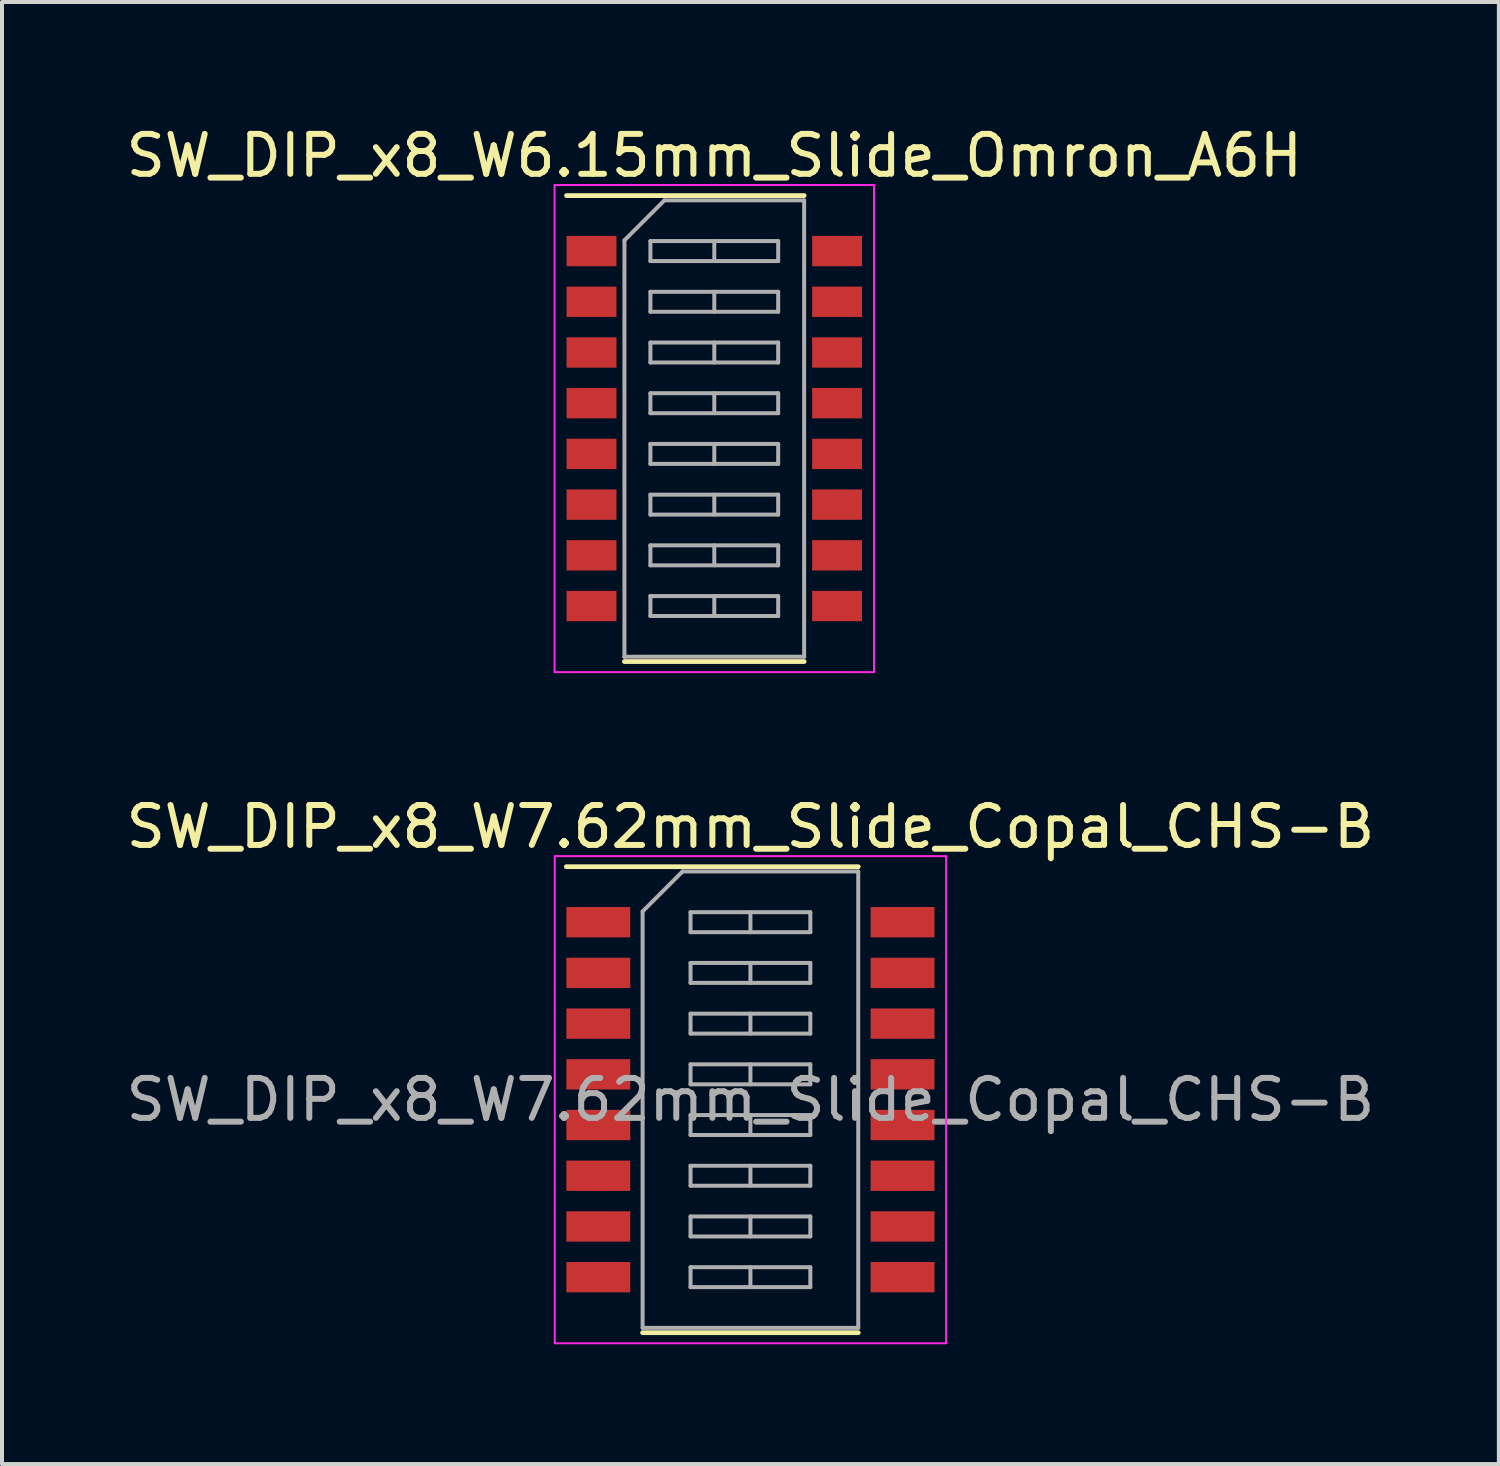
<source format=kicad_pcb>
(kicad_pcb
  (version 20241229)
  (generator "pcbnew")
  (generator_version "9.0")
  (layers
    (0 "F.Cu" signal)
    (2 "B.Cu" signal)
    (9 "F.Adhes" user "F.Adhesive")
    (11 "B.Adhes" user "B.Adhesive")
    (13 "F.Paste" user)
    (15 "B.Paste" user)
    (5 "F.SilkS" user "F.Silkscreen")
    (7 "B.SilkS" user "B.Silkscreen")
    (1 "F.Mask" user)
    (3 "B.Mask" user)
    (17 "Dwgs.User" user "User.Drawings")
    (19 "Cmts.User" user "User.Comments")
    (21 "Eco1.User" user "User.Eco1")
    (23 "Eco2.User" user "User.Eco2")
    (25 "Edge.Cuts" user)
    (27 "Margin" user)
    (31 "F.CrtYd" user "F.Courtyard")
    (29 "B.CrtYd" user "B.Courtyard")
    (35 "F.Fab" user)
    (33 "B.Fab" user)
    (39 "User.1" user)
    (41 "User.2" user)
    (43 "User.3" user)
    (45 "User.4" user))
  (footprint "SW_DIP_x8_W7.62mm_Slide_Copal_CHS-B"
    (layer "F.Cu")
    (at 15.744 24.491)
    (property "Reference" "SW_DIP_x8_W7.62mm_Slide_Copal_CHS-B" (at 0 -6.835 0) (layer "F.SilkS") (effects (font (size 1 1) (thickness 0.15))))
    (attr smd)
    (fp_line (start -4.61 -5.835) (end 2.7 -5.835) (stroke (width 0.12) (type solid)) (layer "F.SilkS"))
    (fp_line (start -2.7 5.835) (end 2.7 5.835) (stroke (width 0.12) (type solid)) (layer "F.SilkS"))
    (fp_line (start -4.9 -6.1) (end -4.9 6.1) (stroke (width 0.05) (type solid)) (layer "F.CrtYd"))
    (fp_line (start -4.9 6.1) (end 4.9 6.1) (stroke (width 0.05) (type solid)) (layer "F.CrtYd"))
    (fp_line (start 4.9 -6.1) (end -4.9 -6.1) (stroke (width 0.05) (type solid)) (layer "F.CrtYd"))
    (fp_line (start 4.9 6.1) (end 4.9 -6.1) (stroke (width 0.05) (type solid)) (layer "F.CrtYd"))
    (fp_line (start -2.7 -4.715) (end -1.7 -5.715) (stroke (width 0.1) (type solid)) (layer "F.Fab"))
    (fp_line (start -2.7 5.715) (end -2.7 -4.715) (stroke (width 0.1) (type solid)) (layer "F.Fab"))
    (fp_line (start -1.7 -5.715) (end 2.7 -5.715) (stroke (width 0.1) (type solid)) (layer "F.Fab"))
    (fp_line (start -1.5 -4.695) (end -1.5 -4.195) (stroke (width 0.1) (type solid)) (layer "F.Fab"))
    (fp_line (start -1.5 -4.195) (end 1.5 -4.195) (stroke (width 0.1) (type solid)) (layer "F.Fab"))
    (fp_line (start -1.5 -3.425) (end -1.5 -2.925) (stroke (width 0.1) (type solid)) (layer "F.Fab"))
    (fp_line (start -1.5 -2.925) (end 1.5 -2.925) (stroke (width 0.1) (type solid)) (layer "F.Fab"))
    (fp_line (start -1.5 -2.155) (end -1.5 -1.655) (stroke (width 0.1) (type solid)) (layer "F.Fab"))
    (fp_line (start -1.5 -1.655) (end 1.5 -1.655) (stroke (width 0.1) (type solid)) (layer "F.Fab"))
    (fp_line (start -1.5 -0.885) (end -1.5 -0.385) (stroke (width 0.1) (type solid)) (layer "F.Fab"))
    (fp_line (start -1.5 -0.385) (end 1.5 -0.385) (stroke (width 0.1) (type solid)) (layer "F.Fab"))
    (fp_line (start -1.5 0.385) (end -1.5 0.885) (stroke (width 0.1) (type solid)) (layer "F.Fab"))
    (fp_line (start -1.5 0.885) (end 1.5 0.885) (stroke (width 0.1) (type solid)) (layer "F.Fab"))
    (fp_line (start -1.5 1.655) (end -1.5 2.155) (stroke (width 0.1) (type solid)) (layer "F.Fab"))
    (fp_line (start -1.5 2.155) (end 1.5 2.155) (stroke (width 0.1) (type solid)) (layer "F.Fab"))
    (fp_line (start -1.5 2.925) (end -1.5 3.425) (stroke (width 0.1) (type solid)) (layer "F.Fab"))
    (fp_line (start -1.5 3.425) (end 1.5 3.425) (stroke (width 0.1) (type solid)) (layer "F.Fab"))
    (fp_line (start -1.5 4.195) (end -1.5 4.695) (stroke (width 0.1) (type solid)) (layer "F.Fab"))
    (fp_line (start -1.5 4.695) (end 1.5 4.695) (stroke (width 0.1) (type solid)) (layer "F.Fab"))
    (fp_line (start 0 -4.695) (end 0 -4.195) (stroke (width 0.1) (type solid)) (layer "F.Fab"))
    (fp_line (start 0 -3.425) (end 0 -2.925) (stroke (width 0.1) (type solid)) (layer "F.Fab"))
    (fp_line (start 0 -2.155) (end 0 -1.655) (stroke (width 0.1) (type solid)) (layer "F.Fab"))
    (fp_line (start 0 -0.885) (end 0 -0.385) (stroke (width 0.1) (type solid)) (layer "F.Fab"))
    (fp_line (start 0 0.385) (end 0 0.885) (stroke (width 0.1) (type solid)) (layer "F.Fab"))
    (fp_line (start 0 1.655) (end 0 2.155) (stroke (width 0.1) (type solid)) (layer "F.Fab"))
    (fp_line (start 0 2.925) (end 0 3.425) (stroke (width 0.1) (type solid)) (layer "F.Fab"))
    (fp_line (start 0 4.195) (end 0 4.695) (stroke (width 0.1) (type solid)) (layer "F.Fab"))
    (fp_line (start 1.5 -4.695) (end -1.5 -4.695) (stroke (width 0.1) (type solid)) (layer "F.Fab"))
    (fp_line (start 1.5 -4.195) (end 1.5 -4.695) (stroke (width 0.1) (type solid)) (layer "F.Fab"))
    (fp_line (start 1.5 -3.425) (end -1.5 -3.425) (stroke (width 0.1) (type solid)) (layer "F.Fab"))
    (fp_line (start 1.5 -2.925) (end 1.5 -3.425) (stroke (width 0.1) (type solid)) (layer "F.Fab"))
    (fp_line (start 1.5 -2.155) (end -1.5 -2.155) (stroke (width 0.1) (type solid)) (layer "F.Fab"))
    (fp_line (start 1.5 -1.655) (end 1.5 -2.155) (stroke (width 0.1) (type solid)) (layer "F.Fab"))
    (fp_line (start 1.5 -0.885) (end -1.5 -0.885) (stroke (width 0.1) (type solid)) (layer "F.Fab"))
    (fp_line (start 1.5 -0.385) (end 1.5 -0.885) (stroke (width 0.1) (type solid)) (layer "F.Fab"))
    (fp_line (start 1.5 0.385) (end -1.5 0.385) (stroke (width 0.1) (type solid)) (layer "F.Fab"))
    (fp_line (start 1.5 0.885) (end 1.5 0.385) (stroke (width 0.1) (type solid)) (layer "F.Fab"))
    (fp_line (start 1.5 1.655) (end -1.5 1.655) (stroke (width 0.1) (type solid)) (layer "F.Fab"))
    (fp_line (start 1.5 2.155) (end 1.5 1.655) (stroke (width 0.1) (type solid)) (layer "F.Fab"))
    (fp_line (start 1.5 2.925) (end -1.5 2.925) (stroke (width 0.1) (type solid)) (layer "F.Fab"))
    (fp_line (start 1.5 3.425) (end 1.5 2.925) (stroke (width 0.1) (type solid)) (layer "F.Fab"))
    (fp_line (start 1.5 4.195) (end -1.5 4.195) (stroke (width 0.1) (type solid)) (layer "F.Fab"))
    (fp_line (start 1.5 4.695) (end 1.5 4.195) (stroke (width 0.1) (type solid)) (layer "F.Fab"))
    (fp_line (start 2.7 -5.715) (end 2.7 5.715) (stroke (width 0.1) (type solid)) (layer "F.Fab"))
    (fp_line (start 2.7 5.715) (end -2.7 5.715) (stroke (width 0.1) (type solid)) (layer "F.Fab"))
    (fp_text user "${REFERENCE}" (at 0 0 0) (layer "F.Fab") (effects (font (size 1 1) (thickness 0.15))))
    (pad "1" smd rect (at -3.81 -4.445) (size 1.6 0.76) (layers "F.Cu" "F.Mask" "F.Paste"))
    (pad "2" smd rect (at -3.81 -3.175) (size 1.6 0.76) (layers "F.Cu" "F.Mask" "F.Paste"))
    (pad "3" smd rect (at -3.81 -1.905) (size 1.6 0.76) (layers "F.Cu" "F.Mask" "F.Paste"))
    (pad "4" smd rect (at -3.81 -0.635) (size 1.6 0.76) (layers "F.Cu" "F.Mask" "F.Paste"))
    (pad "5" smd rect (at -3.81 0.635) (size 1.6 0.76) (layers "F.Cu" "F.Mask" "F.Paste"))
    (pad "6" smd rect (at -3.81 1.905) (size 1.6 0.76) (layers "F.Cu" "F.Mask" "F.Paste"))
    (pad "7" smd rect (at -3.81 3.175) (size 1.6 0.76) (layers "F.Cu" "F.Mask" "F.Paste"))
    (pad "8" smd rect (at -3.81 4.445) (size 1.6 0.76) (layers "F.Cu" "F.Mask" "F.Paste"))
    (pad "9" smd rect (at 3.81 4.445) (size 1.6 0.76) (layers "F.Cu" "F.Mask" "F.Paste"))
    (pad "10" smd rect (at 3.81 3.175) (size 1.6 0.76) (layers "F.Cu" "F.Mask" "F.Paste"))
    (pad "11" smd rect (at 3.81 1.905) (size 1.6 0.76) (layers "F.Cu" "F.Mask" "F.Paste"))
    (pad "12" smd rect (at 3.81 0.635) (size 1.6 0.76) (layers "F.Cu" "F.Mask" "F.Paste"))
    (pad "13" smd rect (at 3.81 -0.635) (size 1.6 0.76) (layers "F.Cu" "F.Mask" "F.Paste"))
    (pad "14" smd rect (at 3.81 -1.905) (size 1.6 0.76) (layers "F.Cu" "F.Mask" "F.Paste"))
    (pad "15" smd rect (at 3.81 -3.175) (size 1.6 0.76) (layers "F.Cu" "F.Mask" "F.Paste"))
    (pad "16" smd rect (at 3.81 -4.445) (size 1.6 0.76) (layers "F.Cu" "F.Mask" "F.Paste")))
  (footprint "SW_DIP_x8_W6.15mm_Slide_Omron_A6H"
    (layer "F.Cu")
    (at 14.839 7.683)
    (property "Reference" "SW_DIP_x8_W6.15mm_Slide_Omron_A6H" (at 0 -6.835 0) (layer "F.SilkS") (effects (font (size 1 1) (thickness 0.15))))
    (attr smd)
    (fp_line (start -3.7 -5.835) (end 2.25 -5.835) (stroke (width 0.12) (type solid)) (layer "F.SilkS"))
    (fp_line (start -2.25 5.835) (end 2.25 5.835) (stroke (width 0.12) (type solid)) (layer "F.SilkS"))
    (fp_line (start -4 -6.1) (end -4 6.1) (stroke (width 0.05) (type solid)) (layer "F.CrtYd"))
    (fp_line (start -4 6.1) (end 4 6.1) (stroke (width 0.05) (type solid)) (layer "F.CrtYd"))
    (fp_line (start 4 -6.1) (end -4 -6.1) (stroke (width 0.05) (type solid)) (layer "F.CrtYd"))
    (fp_line (start 4 6.1) (end 4 -6.1) (stroke (width 0.05) (type solid)) (layer "F.CrtYd"))
    (fp_line (start -2.25 -4.715) (end -1.25 -5.715) (stroke (width 0.1) (type solid)) (layer "F.Fab"))
    (fp_line (start -2.25 5.715) (end -2.25 -4.715) (stroke (width 0.1) (type solid)) (layer "F.Fab"))
    (fp_line (start -1.6 -4.695) (end -1.6 -4.195) (stroke (width 0.1) (type solid)) (layer "F.Fab"))
    (fp_line (start -1.6 -4.195) (end 1.6 -4.195) (stroke (width 0.1) (type solid)) (layer "F.Fab"))
    (fp_line (start -1.6 -3.425) (end -1.6 -2.925) (stroke (width 0.1) (type solid)) (layer "F.Fab"))
    (fp_line (start -1.6 -2.925) (end 1.6 -2.925) (stroke (width 0.1) (type solid)) (layer "F.Fab"))
    (fp_line (start -1.6 -2.155) (end -1.6 -1.655) (stroke (width 0.1) (type solid)) (layer "F.Fab"))
    (fp_line (start -1.6 -1.655) (end 1.6 -1.655) (stroke (width 0.1) (type solid)) (layer "F.Fab"))
    (fp_line (start -1.6 -0.885) (end -1.6 -0.385) (stroke (width 0.1) (type solid)) (layer "F.Fab"))
    (fp_line (start -1.6 -0.385) (end 1.6 -0.385) (stroke (width 0.1) (type solid)) (layer "F.Fab"))
    (fp_line (start -1.6 0.385) (end -1.6 0.885) (stroke (width 0.1) (type solid)) (layer "F.Fab"))
    (fp_line (start -1.6 0.885) (end 1.6 0.885) (stroke (width 0.1) (type solid)) (layer "F.Fab"))
    (fp_line (start -1.6 1.655) (end -1.6 2.155) (stroke (width 0.1) (type solid)) (layer "F.Fab"))
    (fp_line (start -1.6 2.155) (end 1.6 2.155) (stroke (width 0.1) (type solid)) (layer "F.Fab"))
    (fp_line (start -1.6 2.925) (end -1.6 3.425) (stroke (width 0.1) (type solid)) (layer "F.Fab"))
    (fp_line (start -1.6 3.425) (end 1.6 3.425) (stroke (width 0.1) (type solid)) (layer "F.Fab"))
    (fp_line (start -1.6 4.195) (end -1.6 4.695) (stroke (width 0.1) (type solid)) (layer "F.Fab"))
    (fp_line (start -1.6 4.695) (end 1.6 4.695) (stroke (width 0.1) (type solid)) (layer "F.Fab"))
    (fp_line (start -1.25 -5.715) (end 2.25 -5.715) (stroke (width 0.1) (type solid)) (layer "F.Fab"))
    (fp_line (start 0 -4.695) (end 0 -4.195) (stroke (width 0.1) (type solid)) (layer "F.Fab"))
    (fp_line (start 0 -3.425) (end 0 -2.925) (stroke (width 0.1) (type solid)) (layer "F.Fab"))
    (fp_line (start 0 -2.155) (end 0 -1.655) (stroke (width 0.1) (type solid)) (layer "F.Fab"))
    (fp_line (start 0 -0.885) (end 0 -0.385) (stroke (width 0.1) (type solid)) (layer "F.Fab"))
    (fp_line (start 0 0.385) (end 0 0.885) (stroke (width 0.1) (type solid)) (layer "F.Fab"))
    (fp_line (start 0 1.655) (end 0 2.155) (stroke (width 0.1) (type solid)) (layer "F.Fab"))
    (fp_line (start 0 2.925) (end 0 3.425) (stroke (width 0.1) (type solid)) (layer "F.Fab"))
    (fp_line (start 0 4.195) (end 0 4.695) (stroke (width 0.1) (type solid)) (layer "F.Fab"))
    (fp_line (start 1.6 -4.695) (end -1.6 -4.695) (stroke (width 0.1) (type solid)) (layer "F.Fab"))
    (fp_line (start 1.6 -4.195) (end 1.6 -4.695) (stroke (width 0.1) (type solid)) (layer "F.Fab"))
    (fp_line (start 1.6 -3.425) (end -1.6 -3.425) (stroke (width 0.1) (type solid)) (layer "F.Fab"))
    (fp_line (start 1.6 -2.925) (end 1.6 -3.425) (stroke (width 0.1) (type solid)) (layer "F.Fab"))
    (fp_line (start 1.6 -2.155) (end -1.6 -2.155) (stroke (width 0.1) (type solid)) (layer "F.Fab"))
    (fp_line (start 1.6 -1.655) (end 1.6 -2.155) (stroke (width 0.1) (type solid)) (layer "F.Fab"))
    (fp_line (start 1.6 -0.885) (end -1.6 -0.885) (stroke (width 0.1) (type solid)) (layer "F.Fab"))
    (fp_line (start 1.6 -0.385) (end 1.6 -0.885) (stroke (width 0.1) (type solid)) (layer "F.Fab"))
    (fp_line (start 1.6 0.385) (end -1.6 0.385) (stroke (width 0.1) (type solid)) (layer "F.Fab"))
    (fp_line (start 1.6 0.885) (end 1.6 0.385) (stroke (width 0.1) (type solid)) (layer "F.Fab"))
    (fp_line (start 1.6 1.655) (end -1.6 1.655) (stroke (width 0.1) (type solid)) (layer "F.Fab"))
    (fp_line (start 1.6 2.155) (end 1.6 1.655) (stroke (width 0.1) (type solid)) (layer "F.Fab"))
    (fp_line (start 1.6 2.925) (end -1.6 2.925) (stroke (width 0.1) (type solid)) (layer "F.Fab"))
    (fp_line (start 1.6 3.425) (end 1.6 2.925) (stroke (width 0.1) (type solid)) (layer "F.Fab"))
    (fp_line (start 1.6 4.195) (end -1.6 4.195) (stroke (width 0.1) (type solid)) (layer "F.Fab"))
    (fp_line (start 1.6 4.695) (end 1.6 4.195) (stroke (width 0.1) (type solid)) (layer "F.Fab"))
    (fp_line (start 2.25 -5.715) (end 2.25 5.715) (stroke (width 0.1) (type solid)) (layer "F.Fab"))
    (fp_line (start 2.25 5.715) (end -2.25 5.715) (stroke (width 0.1) (type solid)) (layer "F.Fab"))
    (pad "1" smd rect (at -3.075 -4.445) (size 1.25 0.76) (layers "F.Cu" "F.Mask" "F.Paste"))
    (pad "2" smd rect (at -3.075 -3.175) (size 1.25 0.76) (layers "F.Cu" "F.Mask" "F.Paste"))
    (pad "3" smd rect (at -3.075 -1.905) (size 1.25 0.76) (layers "F.Cu" "F.Mask" "F.Paste"))
    (pad "4" smd rect (at -3.075 -0.635) (size 1.25 0.76) (layers "F.Cu" "F.Mask" "F.Paste"))
    (pad "5" smd rect (at -3.075 0.635) (size 1.25 0.76) (layers "F.Cu" "F.Mask" "F.Paste"))
    (pad "6" smd rect (at -3.075 1.905) (size 1.25 0.76) (layers "F.Cu" "F.Mask" "F.Paste"))
    (pad "7" smd rect (at -3.075 3.175) (size 1.25 0.76) (layers "F.Cu" "F.Mask" "F.Paste"))
    (pad "8" smd rect (at -3.075 4.445) (size 1.25 0.76) (layers "F.Cu" "F.Mask" "F.Paste"))
    (pad "9" smd rect (at 3.075 4.445) (size 1.25 0.76) (layers "F.Cu" "F.Mask" "F.Paste"))
    (pad "10" smd rect (at 3.075 3.175) (size 1.25 0.76) (layers "F.Cu" "F.Mask" "F.Paste"))
    (pad "11" smd rect (at 3.075 1.905) (size 1.25 0.76) (layers "F.Cu" "F.Mask" "F.Paste"))
    (pad "12" smd rect (at 3.075 0.635) (size 1.25 0.76) (layers "F.Cu" "F.Mask" "F.Paste"))
    (pad "13" smd rect (at 3.075 -0.635) (size 1.25 0.76) (layers "F.Cu" "F.Mask" "F.Paste"))
    (pad "14" smd rect (at 3.075 -1.905) (size 1.25 0.76) (layers "F.Cu" "F.Mask" "F.Paste"))
    (pad "15" smd rect (at 3.075 -3.175) (size 1.25 0.76) (layers "F.Cu" "F.Mask" "F.Paste"))
    (pad "16" smd rect (at 3.075 -4.445) (size 1.25 0.76) (layers "F.Cu" "F.Mask" "F.Paste")))
  (gr_rect
    (start -3 -3)
    (end 34.488 33.617)
    (stroke (width 0.1) (type default))
    (fill no)
    (layer "Edge.Cuts")))
</source>
